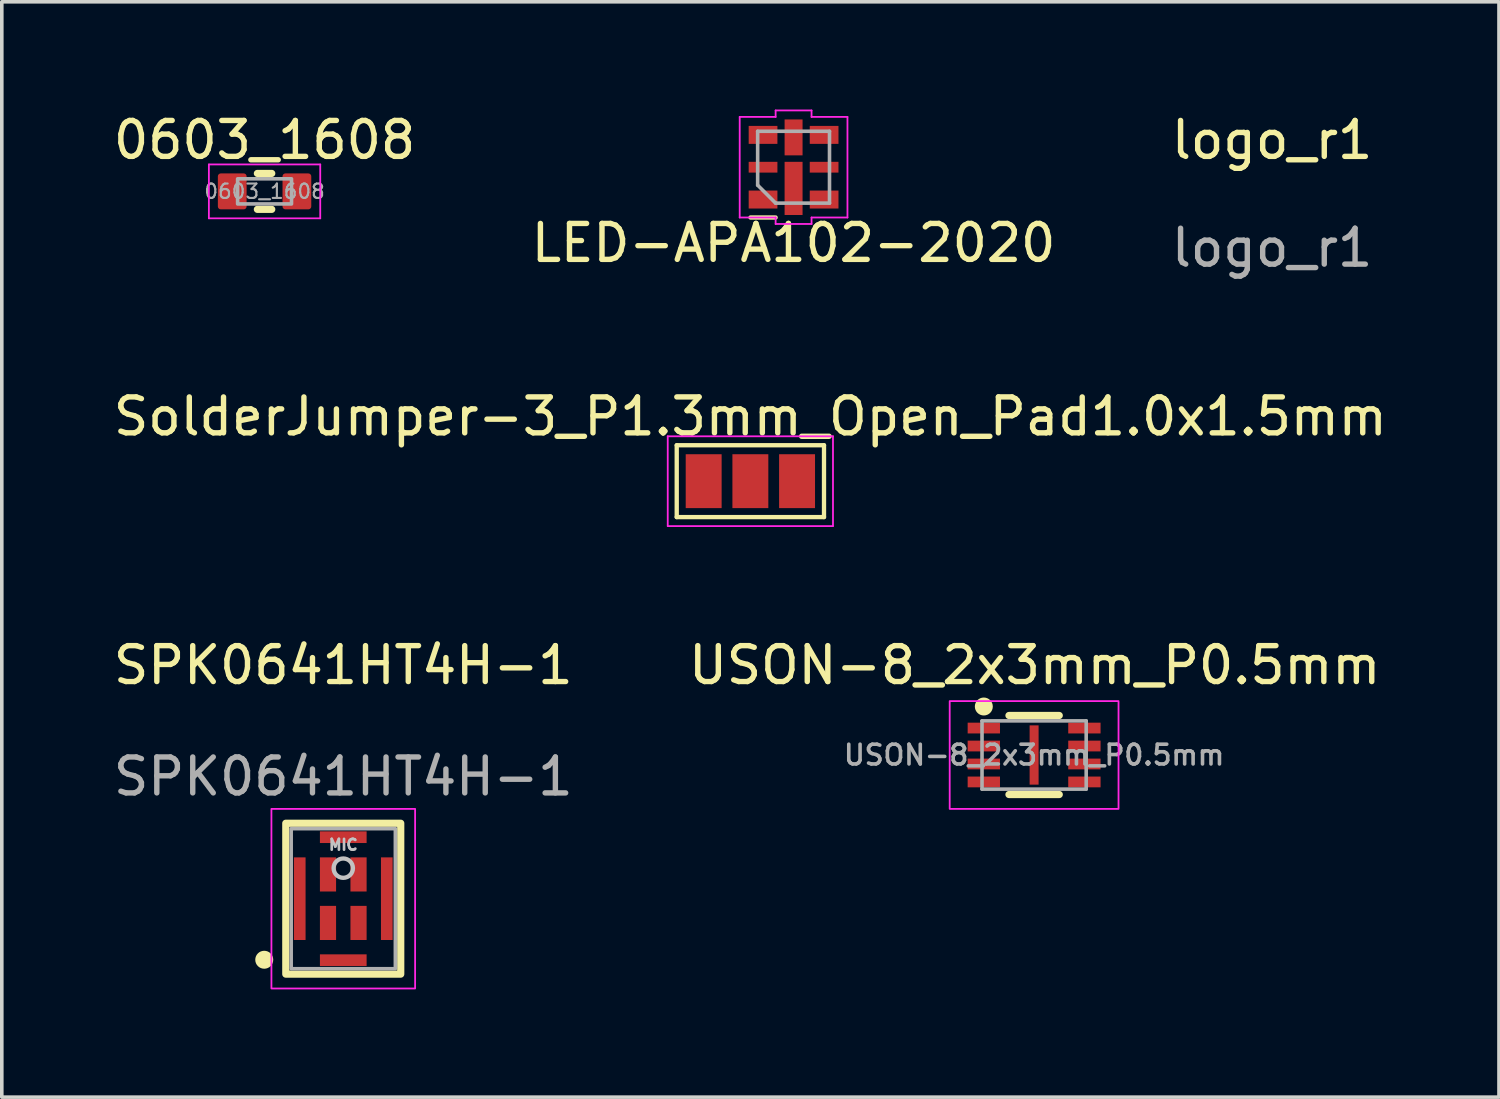
<source format=kicad_pcb>
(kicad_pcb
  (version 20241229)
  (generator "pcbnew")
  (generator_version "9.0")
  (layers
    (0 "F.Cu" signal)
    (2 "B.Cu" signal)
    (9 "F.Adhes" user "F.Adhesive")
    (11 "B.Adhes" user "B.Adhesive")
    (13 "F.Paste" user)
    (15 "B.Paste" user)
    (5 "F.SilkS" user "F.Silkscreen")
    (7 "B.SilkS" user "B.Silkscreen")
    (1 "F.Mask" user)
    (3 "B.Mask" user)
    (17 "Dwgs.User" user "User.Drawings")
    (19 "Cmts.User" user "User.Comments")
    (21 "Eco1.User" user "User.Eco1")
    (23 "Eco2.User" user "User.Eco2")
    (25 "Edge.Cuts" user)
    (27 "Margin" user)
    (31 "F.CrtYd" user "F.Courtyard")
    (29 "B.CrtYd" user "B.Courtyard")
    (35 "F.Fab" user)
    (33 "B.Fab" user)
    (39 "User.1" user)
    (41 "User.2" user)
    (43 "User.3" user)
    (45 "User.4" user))
  (footprint "LED-APA102-2020"
    (layer "F.Cu")
    (at 19.042 1.605)
    (property "Reference" "LED-APA102-2020" (at 0 2.11 0) (layer "F.SilkS") (effects (font (size 1 1) (thickness 0.15))))
    (attr smd)
    (fp_line (start -1.2 1.4) (end -0.5 1.4) (stroke (width 0.12) (type solid)) (layer "F.SilkS"))
    (fp_line (start -1.5 -1.4) (end -1.5 1.4) (stroke (width 0.05) (type solid)) (layer "F.CrtYd"))
    (fp_line (start -1.5 -1.4) (end -0.5 -1.4) (stroke (width 0.05) (type solid)) (layer "F.CrtYd"))
    (fp_line (start -0.5 -1.58) (end 0.5 -1.58) (stroke (width 0.05) (type solid)) (layer "F.CrtYd"))
    (fp_line (start -0.5 -1.4) (end -0.5 -1.58) (stroke (width 0.05) (type solid)) (layer "F.CrtYd"))
    (fp_line (start -0.5 1.4) (end -1.5 1.4) (stroke (width 0.05) (type solid)) (layer "F.CrtYd"))
    (fp_line (start -0.5 1.4) (end -0.5 1.58) (stroke (width 0.05) (type solid)) (layer "F.CrtYd"))
    (fp_line (start -0.5 1.58) (end 0.5 1.58) (stroke (width 0.05) (type solid)) (layer "F.CrtYd"))
    (fp_line (start 0.5 -1.58) (end 0.5 -1.4) (stroke (width 0.05) (type solid)) (layer "F.CrtYd"))
    (fp_line (start 0.5 -1.4) (end 1.5 -1.4) (stroke (width 0.05) (type solid)) (layer "F.CrtYd"))
    (fp_line (start 0.5 1.58) (end 0.5 1.4) (stroke (width 0.05) (type solid)) (layer "F.CrtYd"))
    (fp_line (start 1.5 -1.4) (end 1.5 1.4) (stroke (width 0.05) (type solid)) (layer "F.CrtYd"))
    (fp_line (start 1.5 1.4) (end 0.5 1.4) (stroke (width 0.05) (type solid)) (layer "F.CrtYd"))
    (fp_line (start -1 -1) (end 1 -1) (stroke (width 0.1) (type solid)) (layer "F.Fab"))
    (fp_line (start -1 0.5) (end -1 -1) (stroke (width 0.1) (type solid)) (layer "F.Fab"))
    (fp_line (start -1 0.5) (end -0.5 1) (stroke (width 0.1) (type solid)) (layer "F.Fab"))
    (fp_line (start 1 -1) (end 1 1) (stroke (width 0.1) (type solid)) (layer "F.Fab"))
    (fp_line (start 1 1) (end -0.5 1) (stroke (width 0.1) (type solid)) (layer "F.Fab"))
    (pad "1" smd rect (at -0.85 -0.9) (size 0.8 0.5) (layers "F.Cu" "F.Mask" "F.Paste"))
    (pad "1" smd rect (at 0 -0.83 90) (size 1 0.5) (layers "F.Cu" "F.Mask" "F.Paste"))
    (pad "2" smd rect (at -0.85 0) (size 0.8 0.3) (layers "F.Cu" "F.Mask" "F.Paste"))
    (pad "3" smd rect (at -0.85 0.9) (size 0.8 0.5) (layers "F.Cu" "F.Mask" "F.Paste"))
    (pad "4" smd rect (at 0.85 0.9) (size 0.8 0.5) (layers "F.Cu" "F.Mask" "F.Paste"))
    (pad "5" smd rect (at 0.85 0) (size 0.8 0.3) (layers "F.Cu" "F.Mask" "F.Paste"))
    (pad "6" smd rect (at 0 0.59 90) (size 1.48 0.5) (layers "F.Cu" "F.Mask" "F.Paste"))
    (pad "6" smd rect (at 0.85 -0.9) (size 0.8 0.5) (layers "F.Cu" "F.Mask" "F.Paste")))
  (footprint "USON-8_2x3mm_P0.5mm"
    (layer "F.Cu")
    (at 25.738 17.968)
    (property "Reference" "USON-8_2x3mm_P0.5mm" (at 0.018 -2.5 0) (layer "F.SilkS") (effects (font (size 1 1) (thickness 0.15))))
    (attr smd)
    (fp_line (start -1.4 -1.35) (end -1.4 -1.35) (stroke (width 0.5) (type solid)) (layer "F.SilkS"))
    (fp_line (start 0.7 -1.1) (end -0.7 -1.1) (stroke (width 0.2) (type solid)) (layer "F.SilkS"))
    (fp_line (start 0.7 1.1) (end -0.7 1.1) (stroke (width 0.2) (type solid)) (layer "F.SilkS"))
    (fp_rect (start -2.35 -1.5) (end 2.35 1.5) (stroke (width 0.05) (type solid)) (fill no) (layer "F.CrtYd"))
    (fp_line (start -1.45 -0.95) (end -1.45 0.95) (stroke (width 0.1) (type solid)) (layer "F.Fab"))
    (fp_line (start -1.45 0.95) (end 1.45 0.95) (stroke (width 0.1) (type solid)) (layer "F.Fab"))
    (fp_line (start 1.45 -0.95) (end -1.45 -0.95) (stroke (width 0.1) (type solid)) (layer "F.Fab"))
    (fp_line (start 1.45 -0.95) (end 1.45 0.95) (stroke (width 0.1) (type solid)) (layer "F.Fab"))
    (fp_text user "${REFERENCE}" (at 0 0 180) (layer "F.Fab") (effects (font (size 0.55 0.55) (thickness 0.1))))
    (pad "1" smd rect (at -1.4 -0.75) (size 0.9 0.3) (layers "F.Cu" "F.Mask" "F.Paste"))
    (pad "2" smd rect (at -1.4 -0.25) (size 0.9 0.3) (layers "F.Cu" "F.Mask" "F.Paste"))
    (pad "3" smd rect (at -1.4 0.25) (size 0.9 0.3) (layers "F.Cu" "F.Mask" "F.Paste"))
    (pad "4" smd rect (at -1.4 0.75) (size 0.9 0.3) (layers "F.Cu" "F.Mask" "F.Paste"))
    (pad "5" smd rect (at 1.4 0.75) (size 0.9 0.3) (layers "F.Cu" "F.Mask" "F.Paste"))
    (pad "6" smd rect (at 1.4 0.25) (size 0.9 0.3) (layers "F.Cu" "F.Mask" "F.Paste"))
    (pad "7" smd rect (at 1.4 -0.25) (size 0.9 0.3) (layers "F.Cu" "F.Mask" "F.Paste"))
    (pad "8" smd rect (at 1.4 -0.75) (size 0.9 0.3) (layers "F.Cu" "F.Mask" "F.Paste"))
    (pad "9" smd rect (at 0 0 180) (size 0.25 1.65) (layers "F.Cu" "F.Mask" "F.Paste")))
  (footprint "SPK0641HT4H-1"
    (layer "F.Cu")
    (at 6.506 21.968)
    (property "Reference" "SPK0641HT4H-1" (at 0 -6.5 0) (unlocked yes) (layer "F.SilkS") (effects (font (size 1 1) (thickness 0.15))))
    (attr smd)
    (fp_line (start -2.2 1.7) (end -2.2 1.7) (stroke (width 0.5) (type solid)) (layer "F.SilkS"))
    (fp_rect (start -1.6 -2.1) (end 1.6 2.1) (stroke (width 0.2) (type solid)) (fill no) (layer "F.SilkS"))
    (fp_circle (center 0 -0.85) (end 0.269 -0.85) (stroke (width 0.12) (type solid)) (fill no) (layer "Dwgs.User"))
    (fp_rect (start -2 -2.5) (end 2 2.5) (stroke (width 0.05) (type solid)) (fill no) (layer "F.CrtYd"))
    (fp_rect (start -1.45 -1.95) (end 1.45 1.95) (stroke (width 0.1) (type solid)) (fill no) (layer "F.Fab"))
    (fp_text user "MIC" (at 0 -1.5 0) (unlocked yes) (layer "Dwgs.User") (effects (font (size 0.3 0.3) (thickness 0.075))))
    (fp_text user "${REFERENCE}" (at 0 -3.4 0) (unlocked yes) (layer "F.Fab") (effects (font (size 1 1) (thickness 0.15))))
    (pad "1" smd rect (at -0.425 0.675) (size 0.45 0.95) (layers "F.Cu" "F.Mask" "F.Paste"))
    (pad "2" smd rect (at -0.425 -0.675) (size 0.45 0.95) (layers "F.Cu" "F.Mask" "F.Paste"))
    (pad "3" smd rect (at 0.425 -0.675) (size 0.45 0.95) (layers "F.Cu" "F.Mask" "F.Paste"))
    (pad "4" smd rect (at 0.425 0.675) (size 0.45 0.95) (layers "F.Cu" "F.Mask" "F.Paste"))
    (pad "5" smd rect (at -1.212 0) (size 0.325 2.3) (layers "F.Cu" "F.Mask" "F.Paste"))
    (pad "5" smd rect (at 0 -1.712) (size 1.3 0.325) (layers "F.Cu" "F.Mask" "F.Paste"))
    (pad "5" smd rect (at 0 1.712) (size 1.3 0.325) (layers "F.Cu" "F.Mask" "F.Paste"))
    (pad "5" smd rect (at 1.212 0) (size 0.325 2.3) (layers "F.Cu" "F.Mask" "F.Paste")))
  (footprint "logo_r1"
    (layer "F.Cu")
    (at 32.363 1.348)
    (property "Reference" "logo_r1" (at 0 -0.5 0) (unlocked yes) (layer "F.SilkS") (effects (font (size 1 1) (thickness 0.15))))
    (attr smd)
    (fp_text user "${REFERENCE}" (at 0 2.5 0) (unlocked yes) (layer "F.Fab") (effects (font (size 1 1) (thickness 0.15)))))
  (footprint "0603_1608"
    (layer "F.Cu")
    (at 4.315 2.278)
    (property "Reference" "0603_1608" (at 0 -1.43 0) (layer "F.SilkS") (effects (font (size 1 1) (thickness 0.15))))
    (attr smd)
    (fp_line (start -0.2 -0.5) (end 0.2 -0.5) (stroke (width 0.2) (type solid)) (layer "F.SilkS"))
    (fp_line (start -0.2 0.5) (end 0.2 0.5) (stroke (width 0.2) (type solid)) (layer "F.SilkS"))
    (fp_line (start -1.55 -0.75) (end 1.55 -0.75) (stroke (width 0.05) (type solid)) (layer "F.CrtYd"))
    (fp_line (start -1.55 0.75) (end -1.55 -0.75) (stroke (width 0.05) (type solid)) (layer "F.CrtYd"))
    (fp_line (start 1.55 -0.75) (end 1.55 0.75) (stroke (width 0.05) (type solid)) (layer "F.CrtYd"))
    (fp_line (start 1.55 0.75) (end -1.55 0.75) (stroke (width 0.05) (type solid)) (layer "F.CrtYd"))
    (fp_rect (start -0.75 -0.35) (end 0.75 0.35) (stroke (width 0.1) (type solid)) (fill no) (layer "F.Fab"))
    (fp_text user "${REFERENCE}" (at 0 0 0) (layer "F.Fab") (effects (font (size 0.4 0.4) (thickness 0.06))))
    (pad "1" smd roundrect (at -0.9 0) (size 0.8 1) (layers "F.Cu" "F.Mask" "F.Paste") (roundrect_rratio 0.1))
    (pad "2" smd roundrect (at 0.9 0) (size 0.8 1) (layers "F.Cu" "F.Mask" "F.Paste") (roundrect_rratio 0.1)))
  (footprint "SolderJumper-3_P1.3mm_Open_Pad1.0x1.5mm"
    (layer "F.Cu")
    (at 17.839 10.345)
    (property "Reference" "SolderJumper-3_P1.3mm_Open_Pad1.0x1.5mm" (at 0 -1.8 0) (layer "F.SilkS") (effects (font (size 1 1) (thickness 0.15))))
    (attr exclude_from_pos_files exclude_from_bom)
    (fp_line (start -2.05 -1) (end 2.05 -1) (stroke (width 0.12) (type solid)) (layer "F.SilkS"))
    (fp_line (start -2.05 1) (end -2.05 -1) (stroke (width 0.12) (type solid)) (layer "F.SilkS"))
    (fp_line (start 2.05 -1) (end 2.05 1) (stroke (width 0.12) (type solid)) (layer "F.SilkS"))
    (fp_line (start 2.05 1) (end -2.05 1) (stroke (width 0.12) (type solid)) (layer "F.SilkS"))
    (fp_line (start -2.3 -1.25) (end -2.3 1.25) (stroke (width 0.05) (type solid)) (layer "F.CrtYd"))
    (fp_line (start -2.3 -1.25) (end 2.3 -1.25) (stroke (width 0.05) (type solid)) (layer "F.CrtYd"))
    (fp_line (start 2.3 1.25) (end -2.3 1.25) (stroke (width 0.05) (type solid)) (layer "F.CrtYd"))
    (fp_line (start 2.3 1.25) (end 2.3 -1.25) (stroke (width 0.05) (type solid)) (layer "F.CrtYd"))
    (pad "1" smd rect (at -1.3 0) (size 1 1.5) (layers "F.Cu" "F.Mask"))
    (pad "2" smd rect (at 0 0) (size 1 1.5) (layers "F.Cu" "F.Mask"))
    (pad "3" smd rect (at 1.3 0) (size 1 1.5) (layers "F.Cu" "F.Mask")))
  (gr_rect
    (start -3 -3)
    (end 38.679 27.493)
    (stroke (width 0.1) (type default))
    (fill no)
    (layer "Edge.Cuts")))
</source>
